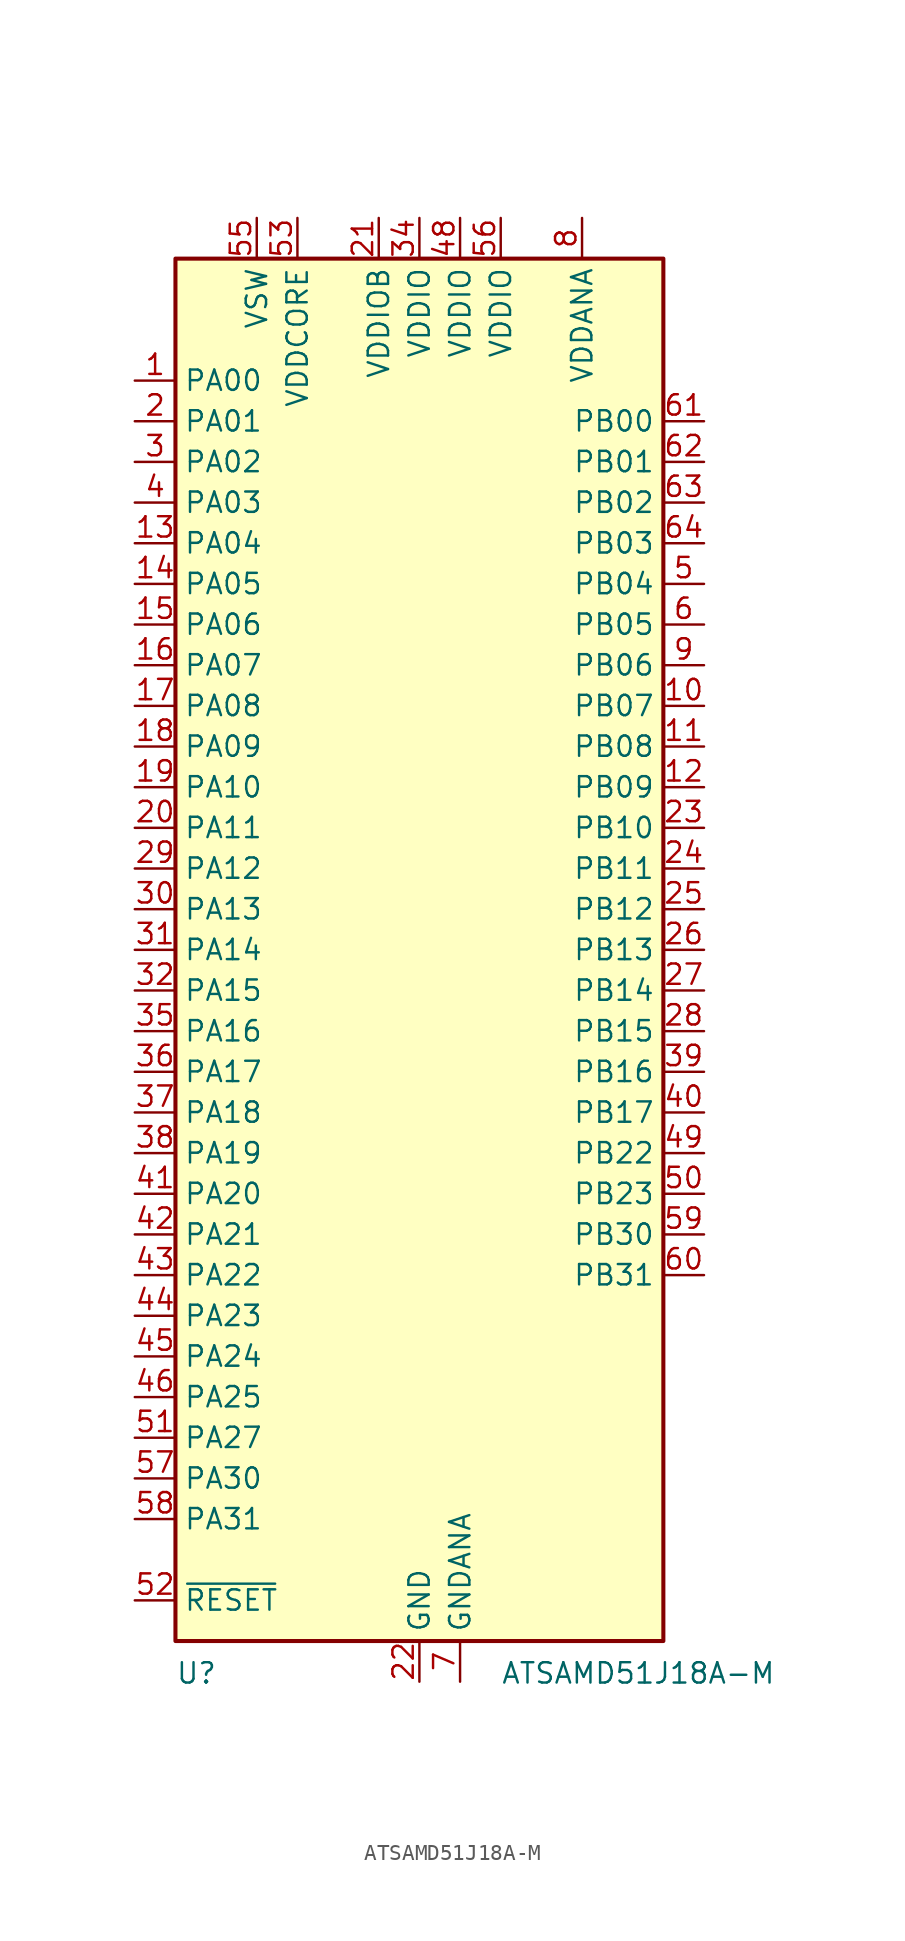
<source format=kicad_sym>
(kicad_symbol_lib
  (version 20201005)
  (generator kicad_symbol_editor)
  (symbol "ATSAMD51J18A-M"
    (property "Reference" "U"
      (at -15.24 -44.45 0)
      (effects (font (size 1.27 1.27)) (justify left top)))
    (property "Value" "ATSAMD51J18A-M"
      (at 5.08 -44.45 0)
      (effects (font (size 1.27 1.27)) (justify left top)))
    (symbol "ATSAMD51J18A-M_0_1"
      (rectangle (start -15.24 43.18) (end 15.24 -43.18) (stroke (width 0.254)) (fill (type background))))
    (symbol "ATSAMD51J18A-M_1_0"
      (pin bidirectional line (at 17.78 25.4 180) (length 2.54) (name "PB03" (effects (font (size 1.27 1.27)))) (number "64" (effects (font (size 1.27 1.27))))))
    (symbol "ATSAMD51J18A-M_1_1"
      (pin bidirectional line (at -17.78 35.56 0) (length 2.54) (name "PA00" (effects (font (size 1.27 1.27)))) (number "1" (effects (font (size 1.27 1.27)))))
      (pin bidirectional line (at 17.78 15.24 180) (length 2.54) (name "PB07" (effects (font (size 1.27 1.27)))) (number "10" (effects (font (size 1.27 1.27)))))
      (pin bidirectional line (at 17.78 12.7 180) (length 2.54) (name "PB08" (effects (font (size 1.27 1.27)))) (number "11" (effects (font (size 1.27 1.27)))))
      (pin bidirectional line (at 17.78 10.16 180) (length 2.54) (name "PB09" (effects (font (size 1.27 1.27)))) (number "12" (effects (font (size 1.27 1.27)))))
      (pin bidirectional line (at -17.78 25.4 0) (length 2.54) (name "PA04" (effects (font (size 1.27 1.27)))) (number "13" (effects (font (size 1.27 1.27)))))
      (pin bidirectional line (at -17.78 22.86 0) (length 2.54) (name "PA05" (effects (font (size 1.27 1.27)))) (number "14" (effects (font (size 1.27 1.27)))))
      (pin bidirectional line (at -17.78 20.32 0) (length 2.54) (name "PA06" (effects (font (size 1.27 1.27)))) (number "15" (effects (font (size 1.27 1.27)))))
      (pin bidirectional line (at -17.78 17.78 0) (length 2.54) (name "PA07" (effects (font (size 1.27 1.27)))) (number "16" (effects (font (size 1.27 1.27)))))
      (pin bidirectional line (at -17.78 15.24 0) (length 2.54) (name "PA08" (effects (font (size 1.27 1.27)))) (number "17" (effects (font (size 1.27 1.27)))))
      (pin bidirectional line (at -17.78 12.7 0) (length 2.54) (name "PA09" (effects (font (size 1.27 1.27)))) (number "18" (effects (font (size 1.27 1.27)))))
      (pin bidirectional line (at -17.78 10.16 0) (length 2.54) (name "PA10" (effects (font (size 1.27 1.27)))) (number "19" (effects (font (size 1.27 1.27)))))
      (pin bidirectional line (at -17.78 33.02 0) (length 2.54) (name "PA01" (effects (font (size 1.27 1.27)))) (number "2" (effects (font (size 1.27 1.27)))))
      (pin bidirectional line (at -17.78 7.62 0) (length 2.54) (name "PA11" (effects (font (size 1.27 1.27)))) (number "20" (effects (font (size 1.27 1.27)))))
      (pin power_in line (at -2.54 45.72 270) (length 2.54) (name "VDDIOB" (effects (font (size 1.27 1.27)))) (number "21" (effects (font (size 1.27 1.27)))))
      (pin power_in line (at 0 -45.72 90) (length 2.54) (name "GND" (effects (font (size 1.27 1.27)))) (number "22" (effects (font (size 1.27 1.27)))))
      (pin bidirectional line (at 17.78 7.62 180) (length 2.54) (name "PB10" (effects (font (size 1.27 1.27)))) (number "23" (effects (font (size 1.27 1.27)))))
      (pin bidirectional line (at 17.78 5.08 180) (length 2.54) (name "PB11" (effects (font (size 1.27 1.27)))) (number "24" (effects (font (size 1.27 1.27)))))
      (pin bidirectional line (at 17.78 2.54 180) (length 2.54) (name "PB12" (effects (font (size 1.27 1.27)))) (number "25" (effects (font (size 1.27 1.27)))))
      (pin bidirectional line (at 17.78 0 180) (length 2.54) (name "PB13" (effects (font (size 1.27 1.27)))) (number "26" (effects (font (size 1.27 1.27)))))
      (pin bidirectional line (at 17.78 -2.54 180) (length 2.54) (name "PB14" (effects (font (size 1.27 1.27)))) (number "27" (effects (font (size 1.27 1.27)))))
      (pin bidirectional line (at 17.78 -5.08 180) (length 2.54) (name "PB15" (effects (font (size 1.27 1.27)))) (number "28" (effects (font (size 1.27 1.27)))))
      (pin bidirectional line (at -17.78 5.08 0) (length 2.54) (name "PA12" (effects (font (size 1.27 1.27)))) (number "29" (effects (font (size 1.27 1.27)))))
      (pin bidirectional line (at -17.78 30.48 0) (length 2.54) (name "PA02" (effects (font (size 1.27 1.27)))) (number "3" (effects (font (size 1.27 1.27)))))
      (pin bidirectional line (at -17.78 2.54 0) (length 2.54) (name "PA13" (effects (font (size 1.27 1.27)))) (number "30" (effects (font (size 1.27 1.27)))))
      (pin bidirectional line (at -17.78 0 0) (length 2.54) (name "PA14" (effects (font (size 1.27 1.27)))) (number "31" (effects (font (size 1.27 1.27)))))
      (pin bidirectional line (at -17.78 -2.54 0) (length 2.54) (name "PA15" (effects (font (size 1.27 1.27)))) (number "32" (effects (font (size 1.27 1.27)))))
      (pin passive line (at 0 -45.72 90) (length 2.54) hide (name "GND" (effects (font (size 1.27 1.27)))) (number "33" (effects (font (size 1.27 1.27)))))
      (pin power_in line (at 0 45.72 270) (length 2.54) (name "VDDIO" (effects (font (size 1.27 1.27)))) (number "34" (effects (font (size 1.27 1.27)))))
      (pin bidirectional line (at -17.78 -5.08 0) (length 2.54) (name "PA16" (effects (font (size 1.27 1.27)))) (number "35" (effects (font (size 1.27 1.27)))))
      (pin bidirectional line (at -17.78 -7.62 0) (length 2.54) (name "PA17" (effects (font (size 1.27 1.27)))) (number "36" (effects (font (size 1.27 1.27)))))
      (pin bidirectional line (at -17.78 -10.16 0) (length 2.54) (name "PA18" (effects (font (size 1.27 1.27)))) (number "37" (effects (font (size 1.27 1.27)))))
      (pin bidirectional line (at -17.78 -12.7 0) (length 2.54) (name "PA19" (effects (font (size 1.27 1.27)))) (number "38" (effects (font (size 1.27 1.27)))))
      (pin bidirectional line (at 17.78 -7.62 180) (length 2.54) (name "PB16" (effects (font (size 1.27 1.27)))) (number "39" (effects (font (size 1.27 1.27)))))
      (pin bidirectional line (at -17.78 27.94 0) (length 2.54) (name "PA03" (effects (font (size 1.27 1.27)))) (number "4" (effects (font (size 1.27 1.27)))))
      (pin bidirectional line (at 17.78 -10.16 180) (length 2.54) (name "PB17" (effects (font (size 1.27 1.27)))) (number "40" (effects (font (size 1.27 1.27)))))
      (pin bidirectional line (at -17.78 -15.24 0) (length 2.54) (name "PA20" (effects (font (size 1.27 1.27)))) (number "41" (effects (font (size 1.27 1.27)))))
      (pin bidirectional line (at -17.78 -17.78 0) (length 2.54) (name "PA21" (effects (font (size 1.27 1.27)))) (number "42" (effects (font (size 1.27 1.27)))))
      (pin bidirectional line (at -17.78 -20.32 0) (length 2.54) (name "PA22" (effects (font (size 1.27 1.27)))) (number "43" (effects (font (size 1.27 1.27)))))
      (pin bidirectional line (at -17.78 -22.86 0) (length 2.54) (name "PA23" (effects (font (size 1.27 1.27)))) (number "44" (effects (font (size 1.27 1.27)))))
      (pin bidirectional line (at -17.78 -25.4 0) (length 2.54) (name "PA24" (effects (font (size 1.27 1.27)))) (number "45" (effects (font (size 1.27 1.27)))))
      (pin bidirectional line (at -17.78 -27.94 0) (length 2.54) (name "PA25" (effects (font (size 1.27 1.27)))) (number "46" (effects (font (size 1.27 1.27)))))
      (pin passive line (at 0 -45.72 90) (length 2.54) hide (name "GND" (effects (font (size 1.27 1.27)))) (number "47" (effects (font (size 1.27 1.27)))))
      (pin power_in line (at 2.54 45.72 270) (length 2.54) (name "VDDIO" (effects (font (size 1.27 1.27)))) (number "48" (effects (font (size 1.27 1.27)))))
      (pin bidirectional line (at 17.78 -12.7 180) (length 2.54) (name "PB22" (effects (font (size 1.27 1.27)))) (number "49" (effects (font (size 1.27 1.27)))))
      (pin bidirectional line (at 17.78 22.86 180) (length 2.54) (name "PB04" (effects (font (size 1.27 1.27)))) (number "5" (effects (font (size 1.27 1.27)))))
      (pin bidirectional line (at 17.78 -15.24 180) (length 2.54) (name "PB23" (effects (font (size 1.27 1.27)))) (number "50" (effects (font (size 1.27 1.27)))))
      (pin bidirectional line (at -17.78 -30.48 0) (length 2.54) (name "PA27" (effects (font (size 1.27 1.27)))) (number "51" (effects (font (size 1.27 1.27)))))
      (pin input line (at -17.78 -40.64 0) (length 2.54) (name "~RESET" (effects (font (size 1.27 1.27)))) (number "52" (effects (font (size 1.27 1.27)))))
      (pin power_out line (at -7.62 45.72 270) (length 2.54) (name "VDDCORE" (effects (font (size 1.27 1.27)))) (number "53" (effects (font (size 1.27 1.27)))))
      (pin passive line (at 0 -45.72 90) (length 2.54) hide (name "GND" (effects (font (size 1.27 1.27)))) (number "54" (effects (font (size 1.27 1.27)))))
      (pin power_in line (at -10.16 45.72 270) (length 2.54) (name "VSW" (effects (font (size 1.27 1.27)))) (number "55" (effects (font (size 1.27 1.27)))))
      (pin power_in line (at 5.08 45.72 270) (length 2.54) (name "VDDIO" (effects (font (size 1.27 1.27)))) (number "56" (effects (font (size 1.27 1.27)))))
      (pin bidirectional line (at -17.78 -33.02 0) (length 2.54) (name "PA30" (effects (font (size 1.27 1.27)))) (number "57" (effects (font (size 1.27 1.27)))))
      (pin bidirectional line (at -17.78 -35.56 0) (length 2.54) (name "PA31" (effects (font (size 1.27 1.27)))) (number "58" (effects (font (size 1.27 1.27)))))
      (pin bidirectional line (at 17.78 -17.78 180) (length 2.54) (name "PB30" (effects (font (size 1.27 1.27)))) (number "59" (effects (font (size 1.27 1.27)))))
      (pin bidirectional line (at 17.78 20.32 180) (length 2.54) (name "PB05" (effects (font (size 1.27 1.27)))) (number "6" (effects (font (size 1.27 1.27)))))
      (pin bidirectional line (at 17.78 -20.32 180) (length 2.54) (name "PB31" (effects (font (size 1.27 1.27)))) (number "60" (effects (font (size 1.27 1.27)))))
      (pin bidirectional line (at 17.78 33.02 180) (length 2.54) (name "PB00" (effects (font (size 1.27 1.27)))) (number "61" (effects (font (size 1.27 1.27)))))
      (pin bidirectional line (at 17.78 30.48 180) (length 2.54) (name "PB01" (effects (font (size 1.27 1.27)))) (number "62" (effects (font (size 1.27 1.27)))))
      (pin bidirectional line (at 17.78 27.94 180) (length 2.54) (name "PB02" (effects (font (size 1.27 1.27)))) (number "63" (effects (font (size 1.27 1.27)))))
      (pin passive line (at 0 -45.72 90) (length 2.54) hide (name "GND" (effects (font (size 1.27 1.27)))) (number "65" (effects (font (size 1.27 1.27)))))
      (pin power_in line (at 2.54 -45.72 90) (length 2.54) (name "GNDANA" (effects (font (size 1.27 1.27)))) (number "7" (effects (font (size 1.27 1.27)))))
      (pin power_in line (at 10.16 45.72 270) (length 2.54) (name "VDDANA" (effects (font (size 1.27 1.27)))) (number "8" (effects (font (size 1.27 1.27)))))
      (pin bidirectional line (at 17.78 17.78 180) (length 2.54) (name "PB06" (effects (font (size 1.27 1.27)))) (number "9" (effects (font (size 1.27 1.27))))))))
</source>
